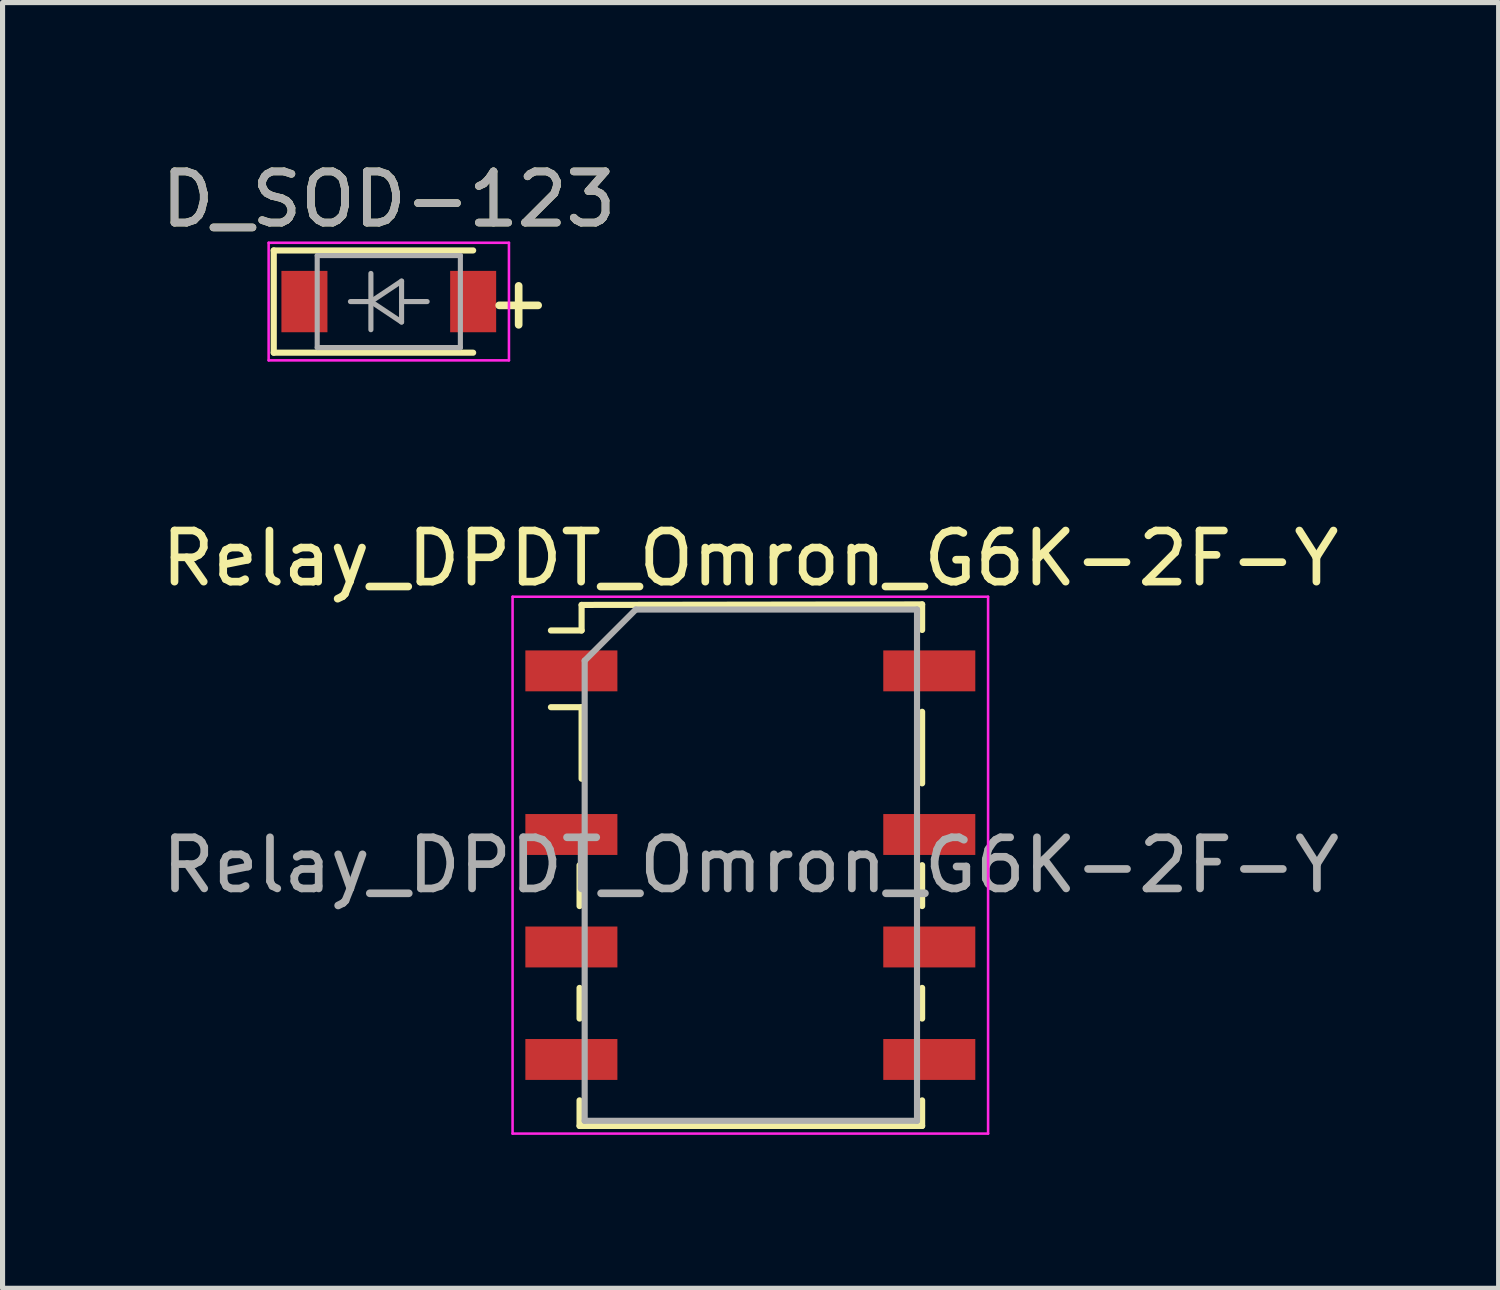
<source format=kicad_pcb>
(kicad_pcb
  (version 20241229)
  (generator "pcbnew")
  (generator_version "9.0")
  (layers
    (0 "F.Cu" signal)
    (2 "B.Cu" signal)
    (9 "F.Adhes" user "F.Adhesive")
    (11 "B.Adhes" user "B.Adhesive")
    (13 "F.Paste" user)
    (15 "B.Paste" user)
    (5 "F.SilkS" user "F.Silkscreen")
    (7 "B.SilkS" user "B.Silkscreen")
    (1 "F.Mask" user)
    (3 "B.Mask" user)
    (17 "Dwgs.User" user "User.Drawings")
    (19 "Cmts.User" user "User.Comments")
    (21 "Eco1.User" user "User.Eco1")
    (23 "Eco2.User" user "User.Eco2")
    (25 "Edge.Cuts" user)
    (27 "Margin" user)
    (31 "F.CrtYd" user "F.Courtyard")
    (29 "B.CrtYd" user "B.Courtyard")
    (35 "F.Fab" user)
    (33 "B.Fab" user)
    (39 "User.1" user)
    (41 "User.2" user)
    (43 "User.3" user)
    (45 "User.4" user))
  (footprint "D_SOD-123"
    (layer "F.Cu")
    (at 4.554 2.848)
    (property "Reference" "D_SOD-123" (at 0 -2 0) (layer "F.SilkS") (effects (font (size 1 1) (thickness 0.15))))
    (attr smd)
    (fp_line (start -2.25 -1) (end -2.25 1) (stroke (width 0.12) (type solid)) (layer "F.SilkS"))
    (fp_line (start -2.25 -1) (end 1.65 -1) (stroke (width 0.12) (type solid)) (layer "F.SilkS"))
    (fp_line (start -2.25 1) (end 1.65 1) (stroke (width 0.12) (type solid)) (layer "F.SilkS"))
    (fp_line (start -2.35 -1.15) (end -2.35 1.15) (stroke (width 0.05) (type solid)) (layer "F.CrtYd"))
    (fp_line (start -2.35 -1.15) (end 2.35 -1.15) (stroke (width 0.05) (type solid)) (layer "F.CrtYd"))
    (fp_line (start 2.35 -1.15) (end 2.35 1.15) (stroke (width 0.05) (type solid)) (layer "F.CrtYd"))
    (fp_line (start 2.35 1.15) (end -2.35 1.15) (stroke (width 0.05) (type solid)) (layer "F.CrtYd"))
    (fp_line (start -1.4 -0.9) (end 1.4 -0.9) (stroke (width 0.1) (type solid)) (layer "F.Fab"))
    (fp_line (start -1.4 0.9) (end -1.4 -0.9) (stroke (width 0.1) (type solid)) (layer "F.Fab"))
    (fp_line (start -0.75 0) (end -0.35 0) (stroke (width 0.1) (type solid)) (layer "F.Fab"))
    (fp_line (start -0.35 0) (end -0.35 -0.55) (stroke (width 0.1) (type solid)) (layer "F.Fab"))
    (fp_line (start -0.35 0) (end -0.35 0.55) (stroke (width 0.1) (type solid)) (layer "F.Fab"))
    (fp_line (start -0.35 0) (end 0.25 -0.4) (stroke (width 0.1) (type solid)) (layer "F.Fab"))
    (fp_line (start 0.25 -0.4) (end 0.25 0.4) (stroke (width 0.1) (type solid)) (layer "F.Fab"))
    (fp_line (start 0.25 0) (end 0.75 0) (stroke (width 0.1) (type solid)) (layer "F.Fab"))
    (fp_line (start 0.25 0.4) (end -0.35 0) (stroke (width 0.1) (type solid)) (layer "F.Fab"))
    (fp_line (start 1.4 -0.9) (end 1.4 0.9) (stroke (width 0.1) (type solid)) (layer "F.Fab"))
    (fp_line (start 1.4 0.9) (end -1.4 0.9) (stroke (width 0.1) (type solid)) (layer "F.Fab"))
    (fp_text user "+" (at 2.54 0 0) (unlocked yes) (layer "F.SilkS") (effects (font (size 1 1) (thickness 0.15))))
    (fp_text user "${REFERENCE}" (at 0 -2 0) (layer "F.Fab") (effects (font (size 1 1) (thickness 0.15))))
    (pad "1" smd rect (at -1.65 0) (size 0.9 1.2) (layers "F.Cu" "F.Mask" "F.Paste"))
    (pad "2" smd rect (at 1.65 0) (size 0.9 1.2) (layers "F.Cu" "F.Mask" "F.Paste")))
  (footprint "Relay_DPDT_Omron_G6K-2F-Y"
    (layer "F.Cu")
    (at 11.625 13.871)
    (property "Reference" "Relay_DPDT_Omron_G6K-2F-Y" (at 0 -6 0) (layer "F.SilkS") (effects (font (size 1 1) (thickness 0.15))))
    (attr smd)
    (fp_line (start -3.34 0.8) (end -3.34 0) (stroke (width 0.12) (type solid)) (layer "F.SilkS"))
    (fp_line (start -3.34 3) (end -3.34 2.4) (stroke (width 0.12) (type solid)) (layer "F.SilkS"))
    (fp_line (start -3.34 5.1) (end -3.34 4.6) (stroke (width 0.12) (type solid)) (layer "F.SilkS"))
    (fp_line (start -3.3 -5.09) (end -3.3 -4.59) (stroke (width 0.12) (type solid)) (layer "F.SilkS"))
    (fp_line (start -3.3 -5.09) (end 3.36 -5.1) (stroke (width 0.12) (type solid)) (layer "F.SilkS"))
    (fp_line (start -3.3 -4.59) (end -3.9 -4.59) (stroke (width 0.12) (type solid)) (layer "F.SilkS"))
    (fp_line (start -3.3 -3.09) (end -3.9 -3.09) (stroke (width 0.12) (type solid)) (layer "F.SilkS"))
    (fp_line (start -3.3 -1.69) (end -3.3 -3.09) (stroke (width 0.12) (type solid)) (layer "F.SilkS"))
    (fp_line (start 3.36 -5.1) (end 3.36 -4.6) (stroke (width 0.12) (type solid)) (layer "F.SilkS"))
    (fp_line (start 3.36 -3) (end 3.36 -1.6) (stroke (width 0.12) (type solid)) (layer "F.SilkS"))
    (fp_line (start 3.36 0) (end 3.36 0.8) (stroke (width 0.12) (type solid)) (layer "F.SilkS"))
    (fp_line (start 3.36 2.4) (end 3.36 3) (stroke (width 0.12) (type solid)) (layer "F.SilkS"))
    (fp_line (start 3.36 4.6) (end 3.36 5.1) (stroke (width 0.12) (type solid)) (layer "F.SilkS"))
    (fp_line (start 3.36 5.1) (end -3.34 5.1) (stroke (width 0.12) (type solid)) (layer "F.SilkS"))
    (fp_line (start -4.65 -5.25) (end -4.65 5.25) (stroke (width 0.05) (type solid)) (layer "F.CrtYd"))
    (fp_line (start -4.65 -5.25) (end 4.65 -5.25) (stroke (width 0.05) (type solid)) (layer "F.CrtYd"))
    (fp_line (start 4.65 5.25) (end -4.65 5.25) (stroke (width 0.05) (type solid)) (layer "F.CrtYd"))
    (fp_line (start 4.65 5.25) (end 4.65 -5.25) (stroke (width 0.05) (type solid)) (layer "F.CrtYd"))
    (fp_line (start -3.24 -4) (end -2.24 -5) (stroke (width 0.12) (type solid)) (layer "F.Fab"))
    (fp_line (start -3.24 5) (end -3.24 -4) (stroke (width 0.12) (type solid)) (layer "F.Fab"))
    (fp_line (start -2.24 -5) (end 3.26 -5) (stroke (width 0.12) (type solid)) (layer "F.Fab"))
    (fp_line (start 3.26 -5) (end 3.26 5) (stroke (width 0.12) (type solid)) (layer "F.Fab"))
    (fp_line (start 3.26 5) (end -3.24 5) (stroke (width 0.12) (type solid)) (layer "F.Fab"))
    (fp_text user "${REFERENCE}" (at 0.01 0 0) (layer "F.Fab") (effects (font (size 1 1) (thickness 0.15))))
    (pad "1" smd rect (at -3.5 -3.8) (size 1.8 0.8) (layers "F.Cu" "F.Mask" "F.Paste"))
    (pad "2" smd rect (at -3.5 -0.6) (size 1.8 0.8) (layers "F.Cu" "F.Mask" "F.Paste"))
    (pad "3" smd rect (at -3.5 1.6) (size 1.8 0.8) (layers "F.Cu" "F.Mask" "F.Paste"))
    (pad "4" smd rect (at -3.5 3.8) (size 1.8 0.8) (layers "F.Cu" "F.Mask" "F.Paste"))
    (pad "5" smd rect (at 3.5 3.8) (size 1.8 0.8) (layers "F.Cu" "F.Mask" "F.Paste"))
    (pad "6" smd rect (at 3.5 1.6) (size 1.8 0.8) (layers "F.Cu" "F.Mask" "F.Paste"))
    (pad "7" smd rect (at 3.5 -0.6) (size 1.8 0.8) (layers "F.Cu" "F.Mask" "F.Paste"))
    (pad "8" smd rect (at 3.5 -3.8) (size 1.8 0.8) (layers "F.Cu" "F.Mask" "F.Paste")))
  (gr_rect
    (start -3 -3)
    (end 26.26 22.146)
    (stroke (width 0.1) (type default))
    (fill no)
    (layer "Edge.Cuts")))
</source>
